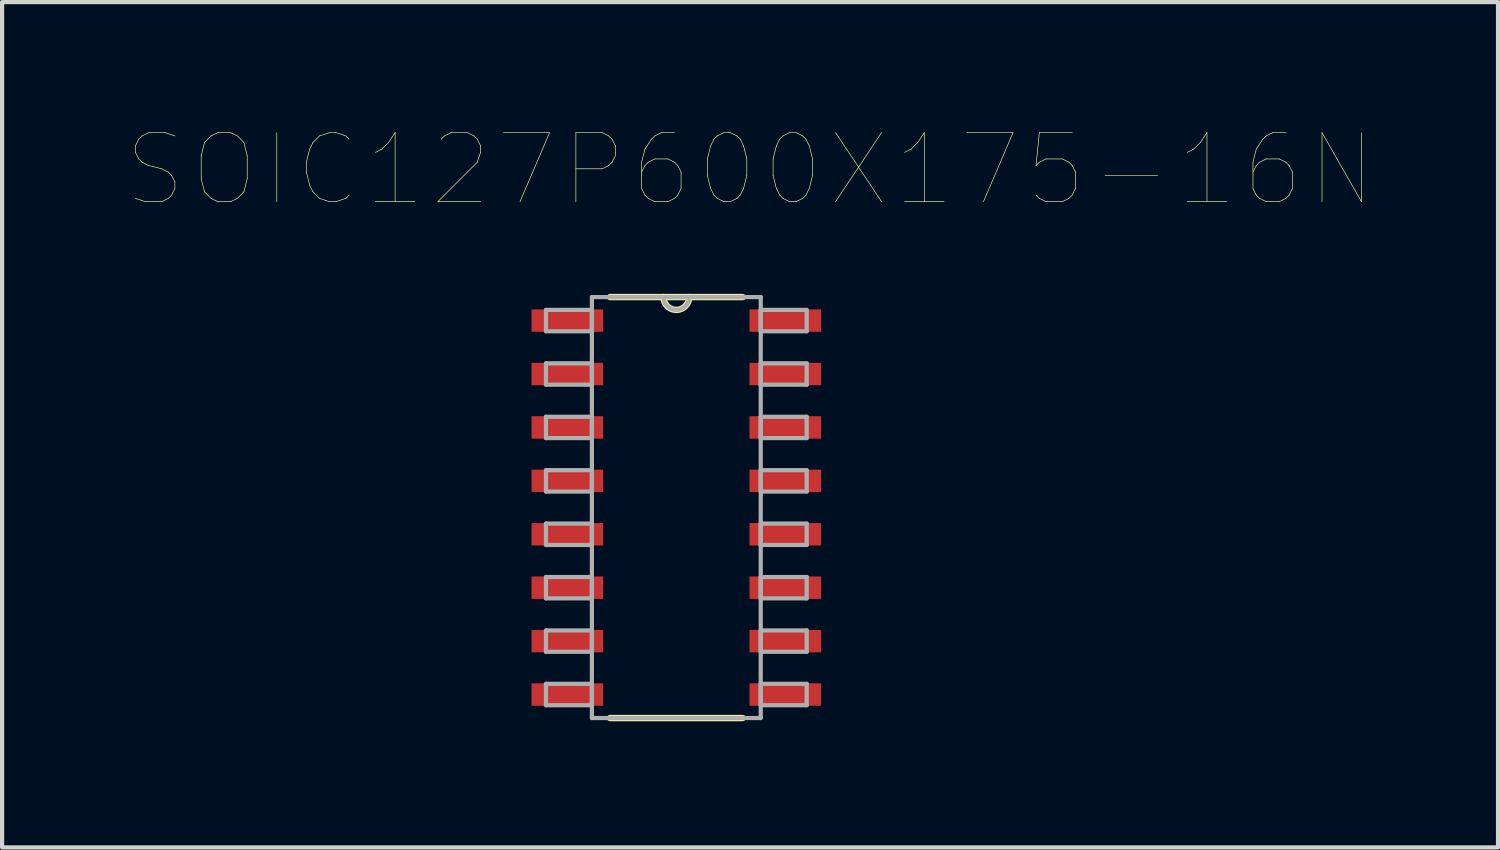
<source format=kicad_pcb>
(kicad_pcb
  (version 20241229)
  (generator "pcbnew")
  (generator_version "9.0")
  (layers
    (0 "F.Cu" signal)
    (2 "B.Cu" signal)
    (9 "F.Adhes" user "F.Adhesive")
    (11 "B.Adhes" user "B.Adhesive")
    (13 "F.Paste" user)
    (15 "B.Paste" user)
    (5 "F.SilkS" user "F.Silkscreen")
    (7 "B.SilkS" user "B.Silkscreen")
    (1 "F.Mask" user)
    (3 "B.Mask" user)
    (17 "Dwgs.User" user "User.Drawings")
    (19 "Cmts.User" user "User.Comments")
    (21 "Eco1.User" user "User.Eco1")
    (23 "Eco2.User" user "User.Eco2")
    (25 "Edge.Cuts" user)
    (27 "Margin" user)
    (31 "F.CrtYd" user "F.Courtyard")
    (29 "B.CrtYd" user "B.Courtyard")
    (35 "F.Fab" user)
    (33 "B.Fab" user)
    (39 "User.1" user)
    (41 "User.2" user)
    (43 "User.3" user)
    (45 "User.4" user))
  (footprint "SOIC127P600X175-16N"
    (layer "F.Cu")
    (at 13.029 9.017)
    (property "Reference" "SOIC127P600X175-16N" (at 1.754 -8.031 0) (layer "F.SilkS") (effects (font (size 1.641 1.641) (thickness 0.015))))
    (attr through_hole)
    (fp_line (start -1.575 5.004) (end 1.575 5.004) (stroke (width 0.152) (type solid)) (layer "F.SilkS"))
    (fp_line (start -0.305 -5.004) (end -1.575 -5.004) (stroke (width 0.152) (type solid)) (layer "F.SilkS"))
    (fp_line (start 0.305 -5.004) (end -0.305 -5.004) (stroke (width 0.152) (type solid)) (layer "F.SilkS"))
    (fp_line (start 1.575 -5.004) (end 0.305 -5.004) (stroke (width 0.152) (type solid)) (layer "F.SilkS"))
    (fp_arc (start 0.3048 -5.0038) (mid 0 -4.699) (end -0.3048 -5.0038) (stroke (width 0.1524) (type solid)) (layer "F.SilkS"))
    (fp_line (start -3.099 -4.699) (end -3.099 -4.191) (stroke (width 0.1) (type solid)) (layer "F.Fab"))
    (fp_line (start -3.099 -4.191) (end -2.007 -4.191) (stroke (width 0.1) (type solid)) (layer "F.Fab"))
    (fp_line (start -3.099 -3.429) (end -3.099 -2.921) (stroke (width 0.1) (type solid)) (layer "F.Fab"))
    (fp_line (start -3.099 -2.921) (end -2.007 -2.921) (stroke (width 0.1) (type solid)) (layer "F.Fab"))
    (fp_line (start -3.099 -2.159) (end -3.099 -1.651) (stroke (width 0.1) (type solid)) (layer "F.Fab"))
    (fp_line (start -3.099 -1.651) (end -2.007 -1.651) (stroke (width 0.1) (type solid)) (layer "F.Fab"))
    (fp_line (start -3.099 -0.889) (end -3.099 -0.381) (stroke (width 0.1) (type solid)) (layer "F.Fab"))
    (fp_line (start -3.099 -0.381) (end -2.007 -0.381) (stroke (width 0.1) (type solid)) (layer "F.Fab"))
    (fp_line (start -3.099 0.381) (end -3.099 0.889) (stroke (width 0.1) (type solid)) (layer "F.Fab"))
    (fp_line (start -3.099 0.889) (end -2.007 0.889) (stroke (width 0.1) (type solid)) (layer "F.Fab"))
    (fp_line (start -3.099 1.651) (end -3.099 2.159) (stroke (width 0.1) (type solid)) (layer "F.Fab"))
    (fp_line (start -3.099 2.159) (end -2.007 2.159) (stroke (width 0.1) (type solid)) (layer "F.Fab"))
    (fp_line (start -3.099 2.921) (end -3.099 3.429) (stroke (width 0.1) (type solid)) (layer "F.Fab"))
    (fp_line (start -3.099 3.429) (end -2.007 3.429) (stroke (width 0.1) (type solid)) (layer "F.Fab"))
    (fp_line (start -3.099 4.191) (end -3.099 4.699) (stroke (width 0.1) (type solid)) (layer "F.Fab"))
    (fp_line (start -3.099 4.699) (end -2.007 4.699) (stroke (width 0.1) (type solid)) (layer "F.Fab"))
    (fp_line (start -2.007 -5.004) (end -2.007 5.004) (stroke (width 0.1) (type solid)) (layer "F.Fab"))
    (fp_line (start -2.007 -4.699) (end -3.099 -4.699) (stroke (width 0.1) (type solid)) (layer "F.Fab"))
    (fp_line (start -2.007 -4.191) (end -2.007 -4.699) (stroke (width 0.1) (type solid)) (layer "F.Fab"))
    (fp_line (start -2.007 -3.429) (end -3.099 -3.429) (stroke (width 0.1) (type solid)) (layer "F.Fab"))
    (fp_line (start -2.007 -2.921) (end -2.007 -3.429) (stroke (width 0.1) (type solid)) (layer "F.Fab"))
    (fp_line (start -2.007 -2.159) (end -3.099 -2.159) (stroke (width 0.1) (type solid)) (layer "F.Fab"))
    (fp_line (start -2.007 -1.651) (end -2.007 -2.159) (stroke (width 0.1) (type solid)) (layer "F.Fab"))
    (fp_line (start -2.007 -0.889) (end -3.099 -0.889) (stroke (width 0.1) (type solid)) (layer "F.Fab"))
    (fp_line (start -2.007 -0.381) (end -2.007 -0.889) (stroke (width 0.1) (type solid)) (layer "F.Fab"))
    (fp_line (start -2.007 0.381) (end -3.099 0.381) (stroke (width 0.1) (type solid)) (layer "F.Fab"))
    (fp_line (start -2.007 0.889) (end -2.007 0.381) (stroke (width 0.1) (type solid)) (layer "F.Fab"))
    (fp_line (start -2.007 1.651) (end -3.099 1.651) (stroke (width 0.1) (type solid)) (layer "F.Fab"))
    (fp_line (start -2.007 2.159) (end -2.007 1.651) (stroke (width 0.1) (type solid)) (layer "F.Fab"))
    (fp_line (start -2.007 2.921) (end -3.099 2.921) (stroke (width 0.1) (type solid)) (layer "F.Fab"))
    (fp_line (start -2.007 3.429) (end -2.007 2.921) (stroke (width 0.1) (type solid)) (layer "F.Fab"))
    (fp_line (start -2.007 4.191) (end -3.099 4.191) (stroke (width 0.1) (type solid)) (layer "F.Fab"))
    (fp_line (start -2.007 4.699) (end -2.007 4.191) (stroke (width 0.1) (type solid)) (layer "F.Fab"))
    (fp_line (start -2.007 5.004) (end 2.007 5.004) (stroke (width 0.1) (type solid)) (layer "F.Fab"))
    (fp_line (start -0.305 -5.004) (end -2.007 -5.004) (stroke (width 0.1) (type solid)) (layer "F.Fab"))
    (fp_line (start 0.305 -5.004) (end -0.305 -5.004) (stroke (width 0.1) (type solid)) (layer "F.Fab"))
    (fp_line (start 2.007 -5.004) (end 0.305 -5.004) (stroke (width 0.1) (type solid)) (layer "F.Fab"))
    (fp_line (start 2.007 -4.699) (end 2.007 -4.191) (stroke (width 0.1) (type solid)) (layer "F.Fab"))
    (fp_line (start 2.007 -4.191) (end 3.099 -4.191) (stroke (width 0.1) (type solid)) (layer "F.Fab"))
    (fp_line (start 2.007 -3.429) (end 2.007 -2.921) (stroke (width 0.1) (type solid)) (layer "F.Fab"))
    (fp_line (start 2.007 -2.921) (end 3.099 -2.921) (stroke (width 0.1) (type solid)) (layer "F.Fab"))
    (fp_line (start 2.007 -2.159) (end 2.007 -1.651) (stroke (width 0.1) (type solid)) (layer "F.Fab"))
    (fp_line (start 2.007 -1.651) (end 3.099 -1.651) (stroke (width 0.1) (type solid)) (layer "F.Fab"))
    (fp_line (start 2.007 -0.889) (end 2.007 -0.381) (stroke (width 0.1) (type solid)) (layer "F.Fab"))
    (fp_line (start 2.007 -0.381) (end 3.099 -0.381) (stroke (width 0.1) (type solid)) (layer "F.Fab"))
    (fp_line (start 2.007 0.381) (end 2.007 0.889) (stroke (width 0.1) (type solid)) (layer "F.Fab"))
    (fp_line (start 2.007 0.889) (end 3.099 0.889) (stroke (width 0.1) (type solid)) (layer "F.Fab"))
    (fp_line (start 2.007 1.651) (end 2.007 2.159) (stroke (width 0.1) (type solid)) (layer "F.Fab"))
    (fp_line (start 2.007 2.159) (end 3.099 2.159) (stroke (width 0.1) (type solid)) (layer "F.Fab"))
    (fp_line (start 2.007 2.921) (end 2.007 3.429) (stroke (width 0.1) (type solid)) (layer "F.Fab"))
    (fp_line (start 2.007 3.429) (end 3.099 3.429) (stroke (width 0.1) (type solid)) (layer "F.Fab"))
    (fp_line (start 2.007 4.191) (end 2.007 4.699) (stroke (width 0.1) (type solid)) (layer "F.Fab"))
    (fp_line (start 2.007 4.699) (end 3.099 4.699) (stroke (width 0.1) (type solid)) (layer "F.Fab"))
    (fp_line (start 2.007 5.004) (end 2.007 -5.004) (stroke (width 0.1) (type solid)) (layer "F.Fab"))
    (fp_line (start 3.099 -4.699) (end 2.007 -4.699) (stroke (width 0.1) (type solid)) (layer "F.Fab"))
    (fp_line (start 3.099 -4.191) (end 3.099 -4.699) (stroke (width 0.1) (type solid)) (layer "F.Fab"))
    (fp_line (start 3.099 -3.429) (end 2.007 -3.429) (stroke (width 0.1) (type solid)) (layer "F.Fab"))
    (fp_line (start 3.099 -2.921) (end 3.099 -3.429) (stroke (width 0.1) (type solid)) (layer "F.Fab"))
    (fp_line (start 3.099 -2.159) (end 2.007 -2.159) (stroke (width 0.1) (type solid)) (layer "F.Fab"))
    (fp_line (start 3.099 -1.651) (end 3.099 -2.159) (stroke (width 0.1) (type solid)) (layer "F.Fab"))
    (fp_line (start 3.099 -0.889) (end 2.007 -0.889) (stroke (width 0.1) (type solid)) (layer "F.Fab"))
    (fp_line (start 3.099 -0.381) (end 3.099 -0.889) (stroke (width 0.1) (type solid)) (layer "F.Fab"))
    (fp_line (start 3.099 0.381) (end 2.007 0.381) (stroke (width 0.1) (type solid)) (layer "F.Fab"))
    (fp_line (start 3.099 0.889) (end 3.099 0.381) (stroke (width 0.1) (type solid)) (layer "F.Fab"))
    (fp_line (start 3.099 1.651) (end 2.007 1.651) (stroke (width 0.1) (type solid)) (layer "F.Fab"))
    (fp_line (start 3.099 2.159) (end 3.099 1.651) (stroke (width 0.1) (type solid)) (layer "F.Fab"))
    (fp_line (start 3.099 2.921) (end 2.007 2.921) (stroke (width 0.1) (type solid)) (layer "F.Fab"))
    (fp_line (start 3.099 3.429) (end 3.099 2.921) (stroke (width 0.1) (type solid)) (layer "F.Fab"))
    (fp_line (start 3.099 4.191) (end 2.007 4.191) (stroke (width 0.1) (type solid)) (layer "F.Fab"))
    (fp_line (start 3.099 4.699) (end 3.099 4.191) (stroke (width 0.1) (type solid)) (layer "F.Fab"))
    (fp_arc (start 0.3048 -5.0038) (mid 0 -4.699) (end -0.3048 -5.0038) (stroke (width 0.1) (type solid)) (layer "F.Fab"))
    (pad "1" smd rect (at -2.591 -4.445) (size 1.702 0.533) (layers "F.Cu" "F.Mask" "F.Paste"))
    (pad "2" smd rect (at -2.591 -3.175) (size 1.702 0.533) (layers "F.Cu" "F.Mask" "F.Paste"))
    (pad "3" smd rect (at -2.591 -1.905) (size 1.702 0.533) (layers "F.Cu" "F.Mask" "F.Paste"))
    (pad "4" smd rect (at -2.591 -0.635) (size 1.702 0.533) (layers "F.Cu" "F.Mask" "F.Paste"))
    (pad "5" smd rect (at -2.591 0.635) (size 1.702 0.533) (layers "F.Cu" "F.Mask" "F.Paste"))
    (pad "6" smd rect (at -2.591 1.905) (size 1.702 0.533) (layers "F.Cu" "F.Mask" "F.Paste"))
    (pad "7" smd rect (at -2.591 3.175) (size 1.702 0.533) (layers "F.Cu" "F.Mask" "F.Paste"))
    (pad "8" smd rect (at -2.591 4.445) (size 1.702 0.533) (layers "F.Cu" "F.Mask" "F.Paste"))
    (pad "9" smd rect (at 2.591 4.445) (size 1.702 0.533) (layers "F.Cu" "F.Mask" "F.Paste"))
    (pad "10" smd rect (at 2.591 3.175) (size 1.702 0.533) (layers "F.Cu" "F.Mask" "F.Paste"))
    (pad "11" smd rect (at 2.591 1.905) (size 1.702 0.533) (layers "F.Cu" "F.Mask" "F.Paste"))
    (pad "12" smd rect (at 2.591 0.635) (size 1.702 0.533) (layers "F.Cu" "F.Mask" "F.Paste"))
    (pad "13" smd rect (at 2.591 -0.635) (size 1.702 0.533) (layers "F.Cu" "F.Mask" "F.Paste"))
    (pad "14" smd rect (at 2.591 -1.905) (size 1.702 0.533) (layers "F.Cu" "F.Mask" "F.Paste"))
    (pad "15" smd rect (at 2.591 -3.175) (size 1.702 0.533) (layers "F.Cu" "F.Mask" "F.Paste"))
    (pad "16" smd rect (at 2.591 -4.445) (size 1.702 0.533) (layers "F.Cu" "F.Mask" "F.Paste")))
  (gr_rect
    (start -3 -3)
    (end 32.565 17.097)
    (stroke (width 0.1) (type default))
    (fill no)
    (layer "Edge.Cuts")))
</source>
